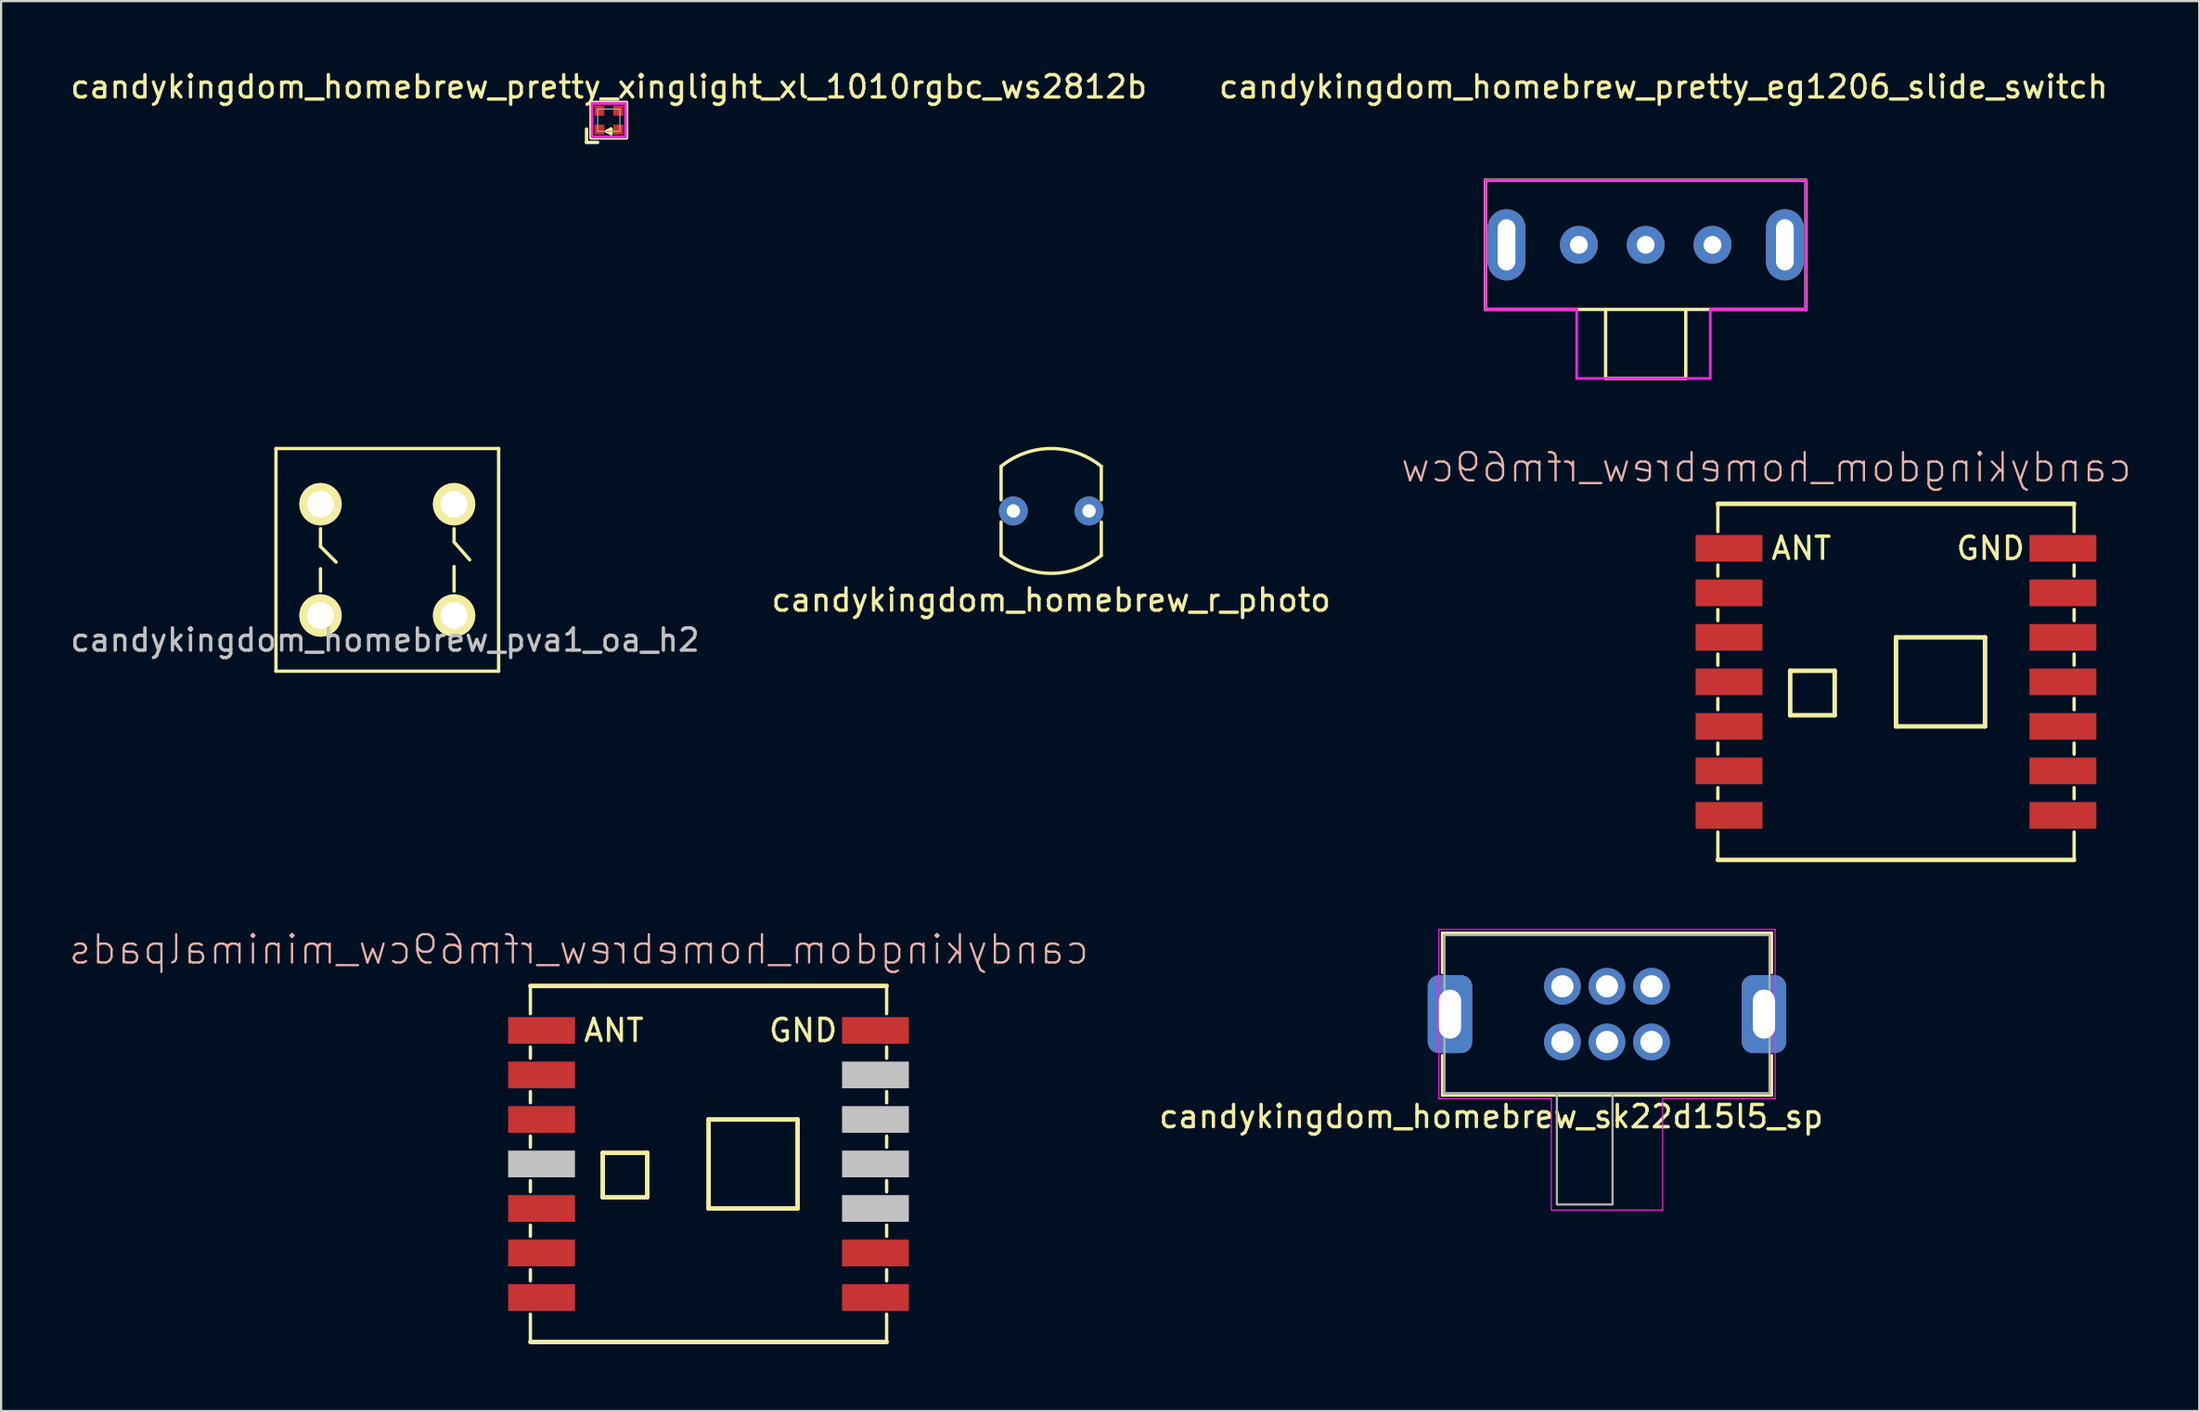
<source format=kicad_pcb>
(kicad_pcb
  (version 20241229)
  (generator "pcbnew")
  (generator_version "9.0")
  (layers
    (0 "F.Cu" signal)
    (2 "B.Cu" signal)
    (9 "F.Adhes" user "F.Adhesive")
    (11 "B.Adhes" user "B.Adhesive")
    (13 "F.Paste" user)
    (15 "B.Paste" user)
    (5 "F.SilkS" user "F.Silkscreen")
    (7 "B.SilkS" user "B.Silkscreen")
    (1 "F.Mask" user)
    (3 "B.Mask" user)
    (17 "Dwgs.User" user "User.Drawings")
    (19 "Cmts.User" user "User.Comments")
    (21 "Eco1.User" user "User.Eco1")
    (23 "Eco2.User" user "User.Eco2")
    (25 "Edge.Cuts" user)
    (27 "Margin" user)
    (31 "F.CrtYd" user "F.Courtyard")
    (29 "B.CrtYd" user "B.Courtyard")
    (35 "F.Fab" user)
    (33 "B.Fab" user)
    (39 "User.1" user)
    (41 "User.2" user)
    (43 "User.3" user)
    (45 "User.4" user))
  (footprint "candykingdom_homebrew_pva1_oa_h2"
    (layer "F.Cu")
    (at 14.344 22.098)
    (property "Reference" "candykingdom_homebrew_pva1_oa_h2" (at -0.1 3.6 0) (layer "Dwgs.User") (effects (font (size 1 1) (thickness 0.15))))
    (attr through_hole)
    (fp_line (start -5 -5) (end 5 -5) (stroke (width 0.15) (type solid)) (layer "F.SilkS"))
    (fp_line (start -5 5) (end -5 -5) (stroke (width 0.15) (type solid)) (layer "F.SilkS"))
    (fp_line (start -3 -1.4) (end -3 -0.6) (stroke (width 0.15) (type solid)) (layer "F.SilkS"))
    (fp_line (start -3 -0.6) (end -2.3 0.1) (stroke (width 0.15) (type solid)) (layer "F.SilkS"))
    (fp_line (start -3 1.4) (end -3 0.4) (stroke (width 0.15) (type solid)) (layer "F.SilkS"))
    (fp_line (start 3 -1.4) (end 3 -0.8) (stroke (width 0.15) (type solid)) (layer "F.SilkS"))
    (fp_line (start 3 -0.8) (end 3.7 0) (stroke (width 0.15) (type solid)) (layer "F.SilkS"))
    (fp_line (start 3 1.4) (end 3 0.3) (stroke (width 0.15) (type solid)) (layer "F.SilkS"))
    (fp_line (start 5 -5) (end 5 5) (stroke (width 0.15) (type solid)) (layer "F.SilkS"))
    (fp_line (start 5 5) (end -5 5) (stroke (width 0.15) (type solid)) (layer "F.SilkS"))
    (pad "1" thru_hole circle (at -3 -2.5) (size 1.9 1.9) (drill 1.2) (layers "*.Cu" "*.Mask" "F.SilkS"))
    (pad "2" thru_hole circle (at 3 -2.5) (size 1.9 1.9) (drill 1.2) (layers "*.Cu" "*.Mask" "F.SilkS"))
    (pad "3" thru_hole circle (at -3 2.5) (size 1.9 1.9) (drill 1.2) (layers "*.Cu" "*.Mask" "F.SilkS"))
    (pad "4" thru_hole circle (at 3 2.5) (size 1.9 1.9) (drill 1.2) (layers "*.Cu" "*.Mask" "F.SilkS")))
  (footprint "candykingdom_homebrew_rfm69cw_minimalpads"
    (placed yes)
    (layer "F.Cu")
    (at 28.77 49.234)
    (property "Reference" "candykingdom_homebrew_rfm69cw_minimalpads" (at -5.824 -9.634 0) (layer "B.SilkS") (effects (font (size 1.27 1.27) (thickness 0.102)) (justify mirror)))
    (attr smd)
    (fp_line (start -8 -6.75) (end -8 -8) (stroke (width 0.15) (type solid)) (layer "F.SilkS"))
    (fp_line (start -8 -4.75) (end -8 -5.25) (stroke (width 0.15) (type solid)) (layer "F.SilkS"))
    (fp_line (start -8 -2.75) (end -8 -3.25) (stroke (width 0.15) (type solid)) (layer "F.SilkS"))
    (fp_line (start -8 -0.75) (end -8 -1.25) (stroke (width 0.15) (type solid)) (layer "F.SilkS"))
    (fp_line (start -8 1.25) (end -8 0.75) (stroke (width 0.15) (type solid)) (layer "F.SilkS"))
    (fp_line (start -8 3.25) (end -8 2.75) (stroke (width 0.15) (type solid)) (layer "F.SilkS"))
    (fp_line (start -8 5.25) (end -8 4.75) (stroke (width 0.15) (type solid)) (layer "F.SilkS"))
    (fp_line (start -8 8) (end -8 6.75) (stroke (width 0.15) (type solid)) (layer "F.SilkS"))
    (fp_line (start -7.998 -7.998) (end 7.998 -7.998) (stroke (width 0.203) (type solid)) (layer "F.SilkS"))
    (fp_line (start -4.751 1.498) (end -4.751 -0.499) (stroke (width 0.203) (type solid)) (layer "F.SilkS"))
    (fp_line (start -2.752 -0.499) (end -4.751 -0.499) (stroke (width 0.203) (type solid)) (layer "F.SilkS"))
    (fp_line (start -2.752 1.498) (end -4.751 1.498) (stroke (width 0.203) (type solid)) (layer "F.SilkS"))
    (fp_line (start -2.752 1.498) (end -2.752 -0.499) (stroke (width 0.203) (type solid)) (layer "F.SilkS"))
    (fp_line (start 0.002 -1.999) (end 0.002 1.999) (stroke (width 0.203) (type solid)) (layer "F.SilkS"))
    (fp_line (start 0.002 1.999) (end 4 1.999) (stroke (width 0.203) (type solid)) (layer "F.SilkS"))
    (fp_line (start 4 -1.999) (end 0.002 -1.999) (stroke (width 0.203) (type solid)) (layer "F.SilkS"))
    (fp_line (start 4 1.999) (end 4 -1.999) (stroke (width 0.203) (type solid)) (layer "F.SilkS"))
    (fp_line (start 7.998 7.998) (end -7.998 7.998) (stroke (width 0.203) (type solid)) (layer "F.SilkS"))
    (fp_line (start 8 -8) (end 8 -6.75) (stroke (width 0.15) (type solid)) (layer "F.SilkS"))
    (fp_line (start 8 -5.25) (end 8 -4.75) (stroke (width 0.15) (type solid)) (layer "F.SilkS"))
    (fp_line (start 8 -3.25) (end 8 -2.75) (stroke (width 0.15) (type solid)) (layer "F.SilkS"))
    (fp_line (start 8 -1.25) (end 8 -0.75) (stroke (width 0.15) (type solid)) (layer "F.SilkS"))
    (fp_line (start 8 0.75) (end 8 1.25) (stroke (width 0.15) (type solid)) (layer "F.SilkS"))
    (fp_line (start 8 2.75) (end 8 3.25) (stroke (width 0.15) (type solid)) (layer "F.SilkS"))
    (fp_line (start 8 4.75) (end 8 5.25) (stroke (width 0.15) (type solid)) (layer "F.SilkS"))
    (fp_line (start 8 6.75) (end 8 8) (stroke (width 0.15) (type solid)) (layer "F.SilkS"))
    (fp_text user "GND" (at 4.25 -6 0) (layer "F.SilkS") (effects (font (size 1 1) (thickness 0.15))))
    (fp_text user "ANT" (at -4.25 -6 0) (layer "F.SilkS") (effects (font (size 1 1) (thickness 0.15))))
    (pad "" smd rect (at -7.498 0) (size 3 1.199) (layers "Dwgs.User"))
    (pad "" smd rect (at 7.498 -3.998) (size 3 1.199) (layers "Dwgs.User"))
    (pad "" smd rect (at 7.498 -1.999) (size 3 1.199) (layers "Dwgs.User"))
    (pad "" smd rect (at 7.498 0) (size 3 1.199) (layers "Dwgs.User"))
    (pad "" smd rect (at 7.498 1.999) (size 3 1.199) (layers "Dwgs.User"))
    (pad "1" smd rect (at -7.498 -5.999) (size 3 1.199) (layers "F.Cu" "F.Mask" "F.Paste"))
    (pad "2" smd rect (at -7.498 -3.998) (size 3 1.199) (layers "F.Cu" "F.Mask" "F.Paste"))
    (pad "3" smd rect (at -7.498 -1.999) (size 3 1.199) (layers "F.Cu" "F.Mask" "F.Paste"))
    (pad "5" smd rect (at -7.498 1.999) (size 3 1.199) (layers "F.Cu" "F.Mask" "F.Paste"))
    (pad "6" smd rect (at -7.498 3.998) (size 3 1.199) (layers "F.Cu" "F.Mask" "F.Paste"))
    (pad "7" smd rect (at -7.498 5.999) (size 3 1.199) (layers "F.Cu" "F.Mask" "F.Paste"))
    (pad "8" smd rect (at 7.498 5.999) (size 3 1.199) (layers "F.Cu" "F.Mask" "F.Paste"))
    (pad "9" smd rect (at 7.498 3.998) (size 3 1.199) (layers "F.Cu" "F.Mask" "F.Paste"))
    (pad "14" smd rect (at 7.498 -5.999) (size 3 1.199) (layers "F.Cu" "F.Mask" "F.Paste")))
  (footprint "candykingdom_homebrew_pretty_xinglight_xl_1010rgbc_ws2812b"
    (layer "F.Cu")
    (at 24.292 2.348)
    (property "Reference" "candykingdom_homebrew_pretty_xinglight_xl_1010rgbc_ws2812b" (at 0 -1.5 0) (unlocked yes) (layer "F.SilkS") (effects (font (size 1 1) (thickness 0.15))))
    (attr smd)
    (fp_line (start -1 0.4) (end -1 1) (stroke (width 0.15) (type default)) (layer "F.SilkS"))
    (fp_line (start -1 1) (end -0.5 1) (stroke (width 0.15) (type default)) (layer "F.SilkS"))
    (fp_line (start -0.1 0.5) (end 0.1 0.4) (stroke (width 0.15) (type default)) (layer "F.SilkS"))
    (fp_line (start 0.1 0.4) (end 0.1 0.6) (stroke (width 0.15) (type default)) (layer "F.SilkS"))
    (fp_line (start 0.1 0.6) (end -0.1 0.5) (stroke (width 0.15) (type default)) (layer "F.SilkS"))
    (fp_rect (start -0.8 -0.8) (end 0.8 0.8) (stroke (width 0.15) (type default)) (fill no) (layer "F.SilkS"))
    (fp_rect (start -0.75 -0.75) (end 0.75 0.75) (stroke (width 0.12) (type default)) (fill no) (layer "F.CrtYd"))
    (fp_rect (start -0.5 -0.5) (end 0.5 0.5) (stroke (width 0.05) (type default)) (fill no) (layer "F.Fab"))
    (pad "1" smd rect (at -0.425 -0.425) (size 0.45 0.45) (layers "F.Cu" "F.Mask" "F.Paste"))
    (pad "2" smd rect (at 0.425 -0.425) (size 0.45 0.45) (layers "F.Cu" "F.Mask" "F.Paste"))
    (pad "3" smd rect (at -0.425 0.425) (size 0.45 0.45) (layers "F.Cu" "F.Mask" "F.Paste"))
    (pad "4" smd rect (at 0.425 0.425) (size 0.45 0.45) (layers "F.Cu" "F.Mask" "F.Paste")))
  (footprint "candykingdom_homebrew_pretty_‎eg1206‎_slide_switch"
    (layer "F.Cu")
    (at 70.861 7.948)
    (property "Reference" "candykingdom_homebrew_pretty_‎eg1206‎_slide_switch" (at 0.8 -7.1 0) (layer "F.SilkS") (effects (font (size 1 1) (thickness 0.15))))
    (attr through_hole)
    (fp_line (start -7.2 -2.9) (end -7.2 2.9) (stroke (width 0.15) (type solid)) (layer "F.SilkS"))
    (fp_line (start -7.2 2.9) (end 7.2 2.9) (stroke (width 0.15) (type solid)) (layer "F.SilkS"))
    (fp_line (start -1.8 2.9) (end -1.8 6) (stroke (width 0.15) (type solid)) (layer "F.SilkS"))
    (fp_line (start -1.8 6) (end 1.8 6) (stroke (width 0.15) (type solid)) (layer "F.SilkS"))
    (fp_line (start 1.8 6) (end 1.8 2.9) (stroke (width 0.15) (type solid)) (layer "F.SilkS"))
    (fp_line (start 7.2 -2.9) (end -7.2 -2.9) (stroke (width 0.15) (type solid)) (layer "F.SilkS"))
    (fp_line (start 7.2 2.9) (end 7.2 -2.9) (stroke (width 0.15) (type solid)) (layer "F.SilkS"))
    (fp_line (start -7.2 -2.9) (end -7.2 2.9) (stroke (width 0.12) (type solid)) (layer "F.CrtYd"))
    (fp_line (start -7.2 2.9) (end -3.1 2.9) (stroke (width 0.12) (type solid)) (layer "F.CrtYd"))
    (fp_line (start -3.1 2.9) (end -3.1 6) (stroke (width 0.12) (type solid)) (layer "F.CrtYd"))
    (fp_line (start -3.1 6) (end 2.9 6) (stroke (width 0.12) (type solid)) (layer "F.CrtYd"))
    (fp_line (start 2.9 2.9) (end 7.2 2.9) (stroke (width 0.12) (type solid)) (layer "F.CrtYd"))
    (fp_line (start 2.9 6) (end 2.9 2.9) (stroke (width 0.12) (type solid)) (layer "F.CrtYd"))
    (fp_line (start 7.2 -2.9) (end -7.2 -2.9) (stroke (width 0.12) (type solid)) (layer "F.CrtYd"))
    (fp_line (start 7.2 2.9) (end 7.2 -2.9) (stroke (width 0.12) (type solid)) (layer "F.CrtYd"))
    (pad "1" thru_hole circle (at -3 0) (size 1.7 1.7) (drill 0.8) (layers "*.Cu" "*.Mask"))
    (pad "2" thru_hole circle (at 0 0) (size 1.7 1.7) (drill 0.8) (layers "*.Cu" "*.Mask"))
    (pad "3" thru_hole circle (at 3 0) (size 1.7 1.7) (drill 0.8) (layers "*.Cu" "*.Mask"))
    (pad "~" thru_hole oval (at -6.25 0) (size 1.7 3.2) (drill oval 0.8 2.3) (layers "*.Cu" "*.Mask"))
    (pad "~" thru_hole oval (at 6.25 0) (size 1.7 3.2) (drill oval 0.8 2.3) (layers "*.Cu" "*.Mask")))
  (footprint "candykingdom_homebrew_sk22d15l5_sp"
    (layer "F.Cu")
    (at 69.122 42.504)
    (property "Reference" "candykingdom_homebrew_sk22d15l5_sp" (at -5.2 4.6 0) (unlocked yes) (layer "F.SilkS") (effects (font (size 1 1) (thickness 0.15))))
    (attr through_hole)
    (fp_line (start -7.4 -3.65) (end -7.4 -1.85) (stroke (width 0.12) (type solid)) (layer "F.SilkS"))
    (fp_line (start -7.4 -3.65) (end 7.4 -3.65) (stroke (width 0.12) (type solid)) (layer "F.SilkS"))
    (fp_line (start -7.4 3.65) (end -7.4 1.85) (stroke (width 0.12) (type solid)) (layer "F.SilkS"))
    (fp_line (start -7.4 3.65) (end 7.4 3.65) (stroke (width 0.12) (type solid)) (layer "F.SilkS"))
    (fp_line (start 7.4 -3.65) (end 7.4 -1.85) (stroke (width 0.12) (type solid)) (layer "F.SilkS"))
    (fp_line (start 7.4 3.65) (end 7.4 1.85) (stroke (width 0.12) (type solid)) (layer "F.SilkS"))
    (fp_line (start -7.55 -3.8) (end -7.55 3.8) (stroke (width 0.05) (type solid)) (layer "F.CrtYd"))
    (fp_line (start -7.55 -3.8) (end 7.55 -3.8) (stroke (width 0.05) (type solid)) (layer "F.CrtYd"))
    (fp_line (start -7.55 3.8) (end -2.5 3.8) (stroke (width 0.05) (type solid)) (layer "F.CrtYd"))
    (fp_line (start -2.5 3.8) (end -2.5 8.8) (stroke (width 0.05) (type solid)) (layer "F.CrtYd"))
    (fp_line (start -2.5 8.8) (end 2.5 8.8) (stroke (width 0.05) (type solid)) (layer "F.CrtYd"))
    (fp_line (start 2.5 3.8) (end 2.5 8.8) (stroke (width 0.05) (type solid)) (layer "F.CrtYd"))
    (fp_line (start 7.55 -3.8) (end 7.55 3.8) (stroke (width 0.05) (type solid)) (layer "F.CrtYd"))
    (fp_line (start 7.55 3.8) (end 2.5 3.8) (stroke (width 0.05) (type solid)) (layer "F.CrtYd"))
    (fp_rect (start -7.3 -3.55) (end 7.3 3.55) (stroke (width 0.1) (type solid)) (fill no) (layer "F.Fab"))
    (fp_rect (start -2.25 3.55) (end 0.25 8.55) (stroke (width 0.1) (type solid)) (fill no) (layer "F.Fab"))
    (pad "1" thru_hole circle (at -2 -1.25) (size 1.65 1.65) (drill 1) (layers "*.Cu" "*.Mask"))
    (pad "1" thru_hole circle (at -2 1.25) (size 1.65 1.65) (drill 1) (layers "*.Cu" "*.Mask"))
    (pad "2" thru_hole circle (at 0 -1.25) (size 1.65 1.65) (drill 1) (layers "*.Cu" "*.Mask"))
    (pad "2" thru_hole circle (at 0 1.25) (size 1.65 1.65) (drill 1) (layers "*.Cu" "*.Mask"))
    (pad "3" thru_hole circle (at 2 -1.25) (size 1.65 1.65) (drill 1) (layers "*.Cu" "*.Mask"))
    (pad "3" thru_hole circle (at 2 1.25) (size 1.65 1.65) (drill 1) (layers "*.Cu" "*.Mask"))
    (pad "~" thru_hole roundrect (at -7.05 0) (size 2 3.5) (drill oval 1 2.2) (layers "*.Cu" "*.Mask") (roundrect_rratio 0.25))
    (pad "~" thru_hole roundrect (at 7.05 0) (size 2 3.5) (drill oval 1 2.2) (layers "*.Cu" "*.Mask") (roundrect_rratio 0.25)))
  (footprint "candykingdom_homebrew_rfm69cw"
    (placed yes)
    (layer "F.Cu")
    (at 82.102 27.579)
    (property "Reference" "candykingdom_homebrew_rfm69cw" (at -5.824 -9.634 0) (layer "B.SilkS") (effects (font (size 1.27 1.27) (thickness 0.102)) (justify mirror)))
    (attr smd)
    (fp_line (start -8 -6.75) (end -8 -8) (stroke (width 0.15) (type solid)) (layer "F.SilkS"))
    (fp_line (start -8 -4.75) (end -8 -5.25) (stroke (width 0.15) (type solid)) (layer "F.SilkS"))
    (fp_line (start -8 -2.75) (end -8 -3.25) (stroke (width 0.15) (type solid)) (layer "F.SilkS"))
    (fp_line (start -8 -0.75) (end -8 -1.25) (stroke (width 0.15) (type solid)) (layer "F.SilkS"))
    (fp_line (start -8 1.25) (end -8 0.75) (stroke (width 0.15) (type solid)) (layer "F.SilkS"))
    (fp_line (start -8 3.25) (end -8 2.75) (stroke (width 0.15) (type solid)) (layer "F.SilkS"))
    (fp_line (start -8 5.25) (end -8 4.75) (stroke (width 0.15) (type solid)) (layer "F.SilkS"))
    (fp_line (start -8 8) (end -8 6.75) (stroke (width 0.15) (type solid)) (layer "F.SilkS"))
    (fp_line (start -7.998 -7.998) (end 7.998 -7.998) (stroke (width 0.203) (type solid)) (layer "F.SilkS"))
    (fp_line (start -4.751 1.498) (end -4.751 -0.499) (stroke (width 0.203) (type solid)) (layer "F.SilkS"))
    (fp_line (start -2.752 -0.499) (end -4.751 -0.499) (stroke (width 0.203) (type solid)) (layer "F.SilkS"))
    (fp_line (start -2.752 1.498) (end -4.751 1.498) (stroke (width 0.203) (type solid)) (layer "F.SilkS"))
    (fp_line (start -2.752 1.498) (end -2.752 -0.499) (stroke (width 0.203) (type solid)) (layer "F.SilkS"))
    (fp_line (start 0.002 -1.999) (end 0.002 1.999) (stroke (width 0.203) (type solid)) (layer "F.SilkS"))
    (fp_line (start 0.002 1.999) (end 4 1.999) (stroke (width 0.203) (type solid)) (layer "F.SilkS"))
    (fp_line (start 4 -1.999) (end 0.002 -1.999) (stroke (width 0.203) (type solid)) (layer "F.SilkS"))
    (fp_line (start 4 1.999) (end 4 -1.999) (stroke (width 0.203) (type solid)) (layer "F.SilkS"))
    (fp_line (start 7.998 7.998) (end -7.998 7.998) (stroke (width 0.203) (type solid)) (layer "F.SilkS"))
    (fp_line (start 8 -8) (end 8 -6.75) (stroke (width 0.15) (type solid)) (layer "F.SilkS"))
    (fp_line (start 8 -5.25) (end 8 -4.75) (stroke (width 0.15) (type solid)) (layer "F.SilkS"))
    (fp_line (start 8 -3.25) (end 8 -2.75) (stroke (width 0.15) (type solid)) (layer "F.SilkS"))
    (fp_line (start 8 -1.25) (end 8 -0.75) (stroke (width 0.15) (type solid)) (layer "F.SilkS"))
    (fp_line (start 8 0.75) (end 8 1.25) (stroke (width 0.15) (type solid)) (layer "F.SilkS"))
    (fp_line (start 8 2.75) (end 8 3.25) (stroke (width 0.15) (type solid)) (layer "F.SilkS"))
    (fp_line (start 8 4.75) (end 8 5.25) (stroke (width 0.15) (type solid)) (layer "F.SilkS"))
    (fp_line (start 8 6.75) (end 8 8) (stroke (width 0.15) (type solid)) (layer "F.SilkS"))
    (fp_text user "ANT" (at -4.25 -6 0) (layer "F.SilkS") (effects (font (size 1 1) (thickness 0.15))))
    (fp_text user "GND" (at 4.25 -6 0) (layer "F.SilkS") (effects (font (size 1 1) (thickness 0.15))))
    (pad "1" smd rect (at -7.498 -5.999) (size 3 1.199) (layers "F.Cu" "F.Mask" "F.Paste"))
    (pad "2" smd rect (at -7.498 -3.998) (size 3 1.199) (layers "F.Cu" "F.Mask" "F.Paste"))
    (pad "3" smd rect (at -7.498 -1.999) (size 3 1.199) (layers "F.Cu" "F.Mask" "F.Paste"))
    (pad "4" smd rect (at -7.498 0) (size 3 1.199) (layers "F.Cu" "F.Mask" "F.Paste"))
    (pad "5" smd rect (at -7.498 1.999) (size 3 1.199) (layers "F.Cu" "F.Mask" "F.Paste"))
    (pad "6" smd rect (at -7.498 3.998) (size 3 1.199) (layers "F.Cu" "F.Mask" "F.Paste"))
    (pad "7" smd rect (at -7.498 5.999) (size 3 1.199) (layers "F.Cu" "F.Mask" "F.Paste"))
    (pad "8" smd rect (at 7.498 5.999) (size 3 1.199) (layers "F.Cu" "F.Mask" "F.Paste"))
    (pad "9" smd rect (at 7.498 3.998) (size 3 1.199) (layers "F.Cu" "F.Mask" "F.Paste"))
    (pad "10" smd rect (at 7.498 1.999) (size 3 1.199) (layers "F.Cu" "F.Mask" "F.Paste"))
    (pad "11" smd rect (at 7.498 0) (size 3 1.199) (layers "F.Cu" "F.Mask" "F.Paste"))
    (pad "12" smd rect (at 7.498 -1.999) (size 3 1.199) (layers "F.Cu" "F.Mask" "F.Paste"))
    (pad "13" smd rect (at 7.498 -3.998) (size 3 1.199) (layers "F.Cu" "F.Mask" "F.Paste"))
    (pad "14" smd rect (at 7.498 -5.999) (size 3 1.199) (layers "F.Cu" "F.Mask" "F.Paste")))
  (footprint "candykingdom_homebrew_r_photo"
    (layer "F.Cu")
    (at 44.161 19.901)
    (property "Reference" "candykingdom_homebrew_r_photo" (at 0 4 0) (layer "F.SilkS") (effects (font (size 1 1) (thickness 0.15))))
    (attr through_hole)
    (fp_line (start -2.25 -0.5) (end -2.25 -2) (stroke (width 0.15) (type solid)) (layer "F.SilkS"))
    (fp_line (start -2.25 2) (end -2.25 0.5) (stroke (width 0.15) (type solid)) (layer "F.SilkS"))
    (fp_line (start 2.25 -0.5) (end 2.25 -2) (stroke (width 0.15) (type solid)) (layer "F.SilkS"))
    (fp_line (start 2.25 2) (end 2.25 0.5) (stroke (width 0.15) (type solid)) (layer "F.SilkS"))
    (fp_arc (start -2.25 -2) (mid 0 -2.803168) (end 2.25 -2) (stroke (width 0.15) (type solid)) (layer "F.SilkS"))
    (fp_arc (start 2.25 2) (mid 0 2.803168) (end -2.25 2) (stroke (width 0.15) (type solid)) (layer "F.SilkS"))
    (pad "1" thru_hole circle (at -1.7 0) (size 1.3 1.3) (drill 0.6) (layers "*.Cu" "*.Mask"))
    (pad "2" thru_hole circle (at 1.7 0) (size 1.3 1.3) (drill 0.6) (layers "*.Cu" "*.Mask")))
  (gr_rect
    (start -3 -3)
    (end 95.723 60.334)
    (stroke (width 0.1) (type default))
    (fill no)
    (layer "Edge.Cuts")))
</source>
